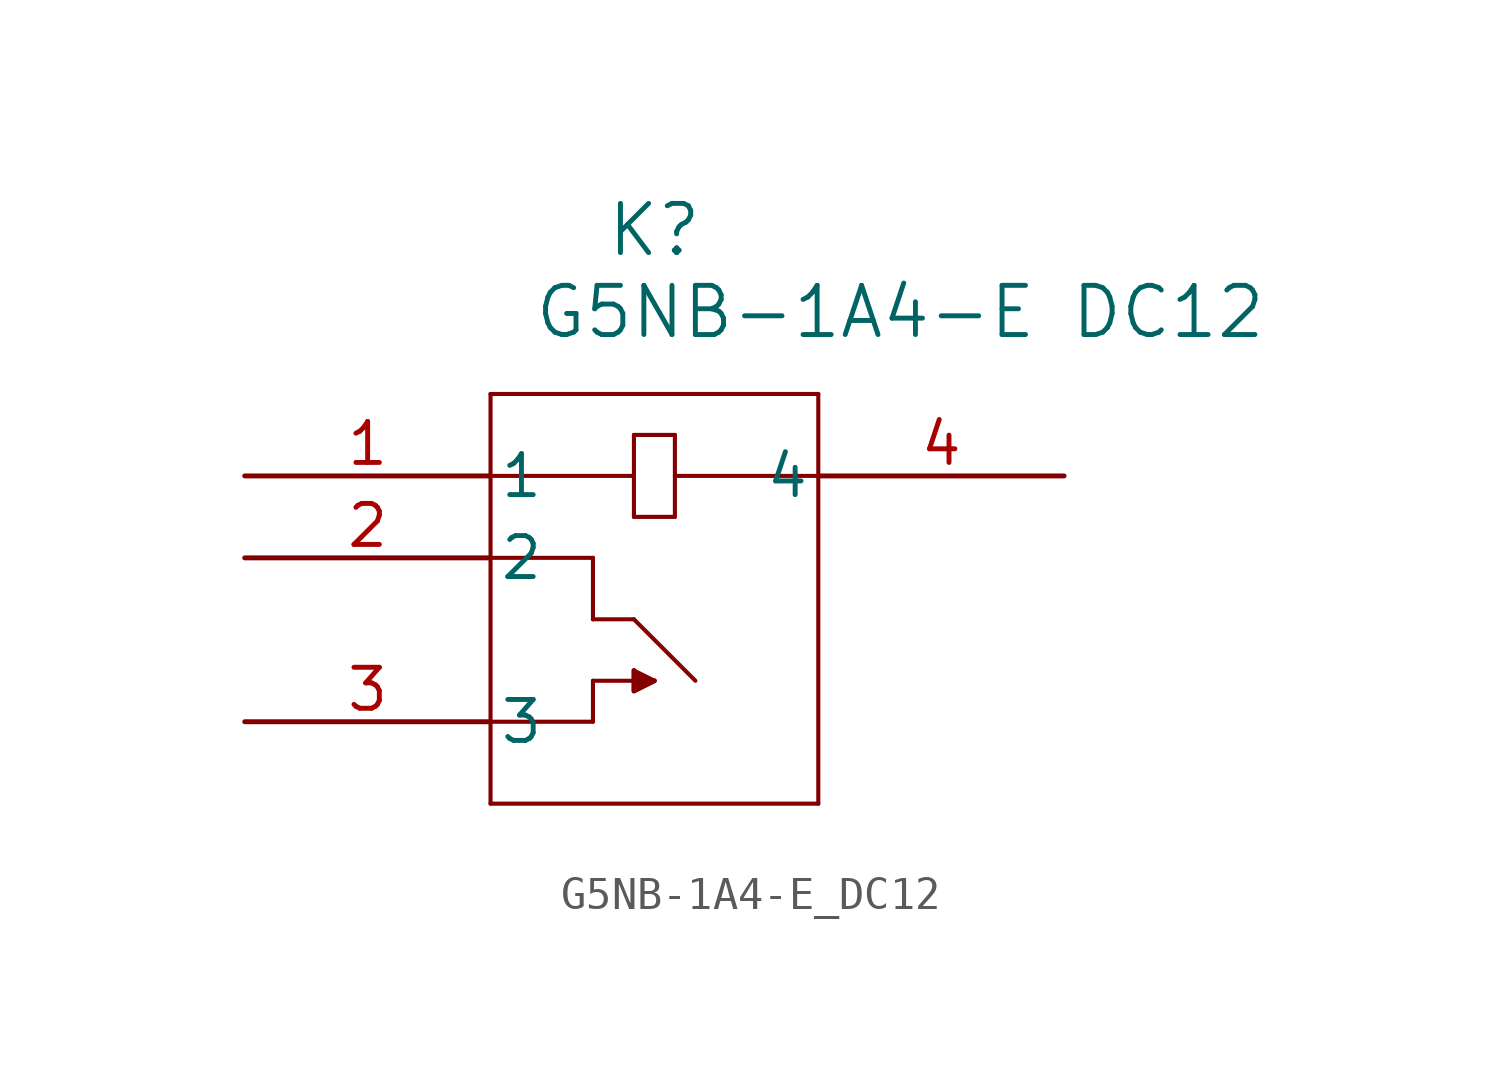
<source format=kicad_sym>
(kicad_symbol_lib
  (version 20211014)
  (generator kicad_symbol_editor)
  (symbol "G5NB-1A4-E_DC12"
    (pin_names
      (offset 0.254))
    (property "Reference" "K"
      (at 12.7 7.62 0)
      (effects (font (size 1.524 1.524))))
    (property "Value" "G5NB-1A4-E DC12"
      (at 20.32 5.08 0)
      (effects (font (size 1.524 1.524))))
    (symbol "G5NB-1A4-E_DC12_0_1"
      (polyline (pts (xy 7.62 -2.54) (xy 10.795 -2.54)) (stroke (width 0.127) (type default) (color 0 0 0 0)) (fill (type none)))
      (polyline (pts (xy 7.62 2.54) (xy 7.62 -10.16)) (stroke (width 0.127) (type default) (color 0 0 0 0)) (fill (type none)))
      (polyline (pts (xy 7.62 -10.16) (xy 17.78 -10.16)) (stroke (width 0.127) (type default) (color 0 0 0 0)) (fill (type none)))
      (polyline (pts (xy 17.78 -10.16) (xy 17.78 2.54)) (stroke (width 0.127) (type default) (color 0 0 0 0)) (fill (type none)))
      (polyline (pts (xy 17.78 2.54) (xy 7.62 2.54)) (stroke (width 0.127) (type default) (color 0 0 0 0)) (fill (type none)))
      (polyline (pts (xy 7.62 0) (xy 12.065 0)) (stroke (width 0.127) (type default) (color 0 0 0 0)) (fill (type none)))
      (polyline (pts (xy 12.065 1.27) (xy 12.065 -1.27)) (stroke (width 0.127) (type default) (color 0 0 0 0)) (fill (type none)))
      (polyline (pts (xy 12.065 -1.27) (xy 13.335 -1.27)) (stroke (width 0.127) (type default) (color 0 0 0 0)) (fill (type none)))
      (polyline (pts (xy 13.335 -1.27) (xy 13.335 1.27)) (stroke (width 0.127) (type default) (color 0 0 0 0)) (fill (type none)))
      (polyline (pts (xy 13.335 1.27) (xy 12.065 1.27)) (stroke (width 0.127) (type default) (color 0 0 0 0)) (fill (type none)))
      (polyline (pts (xy 13.335 0) (xy 17.78 0)) (stroke (width 0.127) (type default) (color 0 0 0 0)) (fill (type none)))
      (polyline (pts (xy 7.62 -7.62) (xy 10.795 -7.62)) (stroke (width 0.127) (type default) (color 0 0 0 0)) (fill (type none)))
      (polyline (pts (xy 10.795 -7.62) (xy 10.795 -6.35)) (stroke (width 0.127) (type default) (color 0 0 0 0)) (fill (type none)))
      (polyline (pts (xy 10.795 -6.35) (xy 12.065 -6.35)) (stroke (width 0.127) (type default) (color 0 0 0 0)) (fill (type none)))
      (polyline (pts (xy 10.795 -2.54) (xy 10.795 -4.445)) (stroke (width 0.127) (type default) (color 0 0 0 0)) (fill (type none)))
      (polyline (pts (xy 10.795 -4.445) (xy 12.065 -4.445)) (stroke (width 0.127) (type default) (color 0 0 0 0)) (fill (type none)))
      (polyline (pts (xy 12.065 -4.445) (xy 13.97 -6.35)) (stroke (width 0.127) (type default) (color 0 0 0 0)) (fill (type none)))
      (polyline (pts (xy 12.065 -6.032) (xy 12.065 -6.668)) (stroke (width 0.127) (type default) (color 0 0 0 0)) (fill (type none)))
      (polyline (pts (xy 12.065 -6.668) (xy 12.7 -6.35)) (stroke (width 0.127) (type default) (color 0 0 0 0)) (fill (type none)))
      (polyline (pts (xy 12.7 -6.35) (xy 12.065 -6.032)) (stroke (width 0.127) (type default) (color 0 0 0 0)) (fill (type none)))
      (polyline (pts (xy 12.065 -6.032) (xy 12.065 -6.668) (xy 12.7 -6.35)) (stroke (width 0) (type default) (color 0 0 0 0)) (fill (type outline)))
      (pin unspecified line (at 0 0 0) (length 7.62) (name "1" (effects (font (size 1.27 1.27)))) (number "1" (effects (font (size 1.27 1.27)))))
      (pin unspecified line (at 0 -2.54 0) (length 7.62) (name "2" (effects (font (size 1.27 1.27)))) (number "2" (effects (font (size 1.27 1.27)))))
      (pin unspecified line (at 0 -7.62 0) (length 7.62) (name "3" (effects (font (size 1.27 1.27)))) (number "3" (effects (font (size 1.27 1.27)))))
      (pin unspecified line (at 25.4 0 180) (length 7.62) (name "4" (effects (font (size 1.27 1.27)))) (number "4" (effects (font (size 1.27 1.27))))))))
</source>
